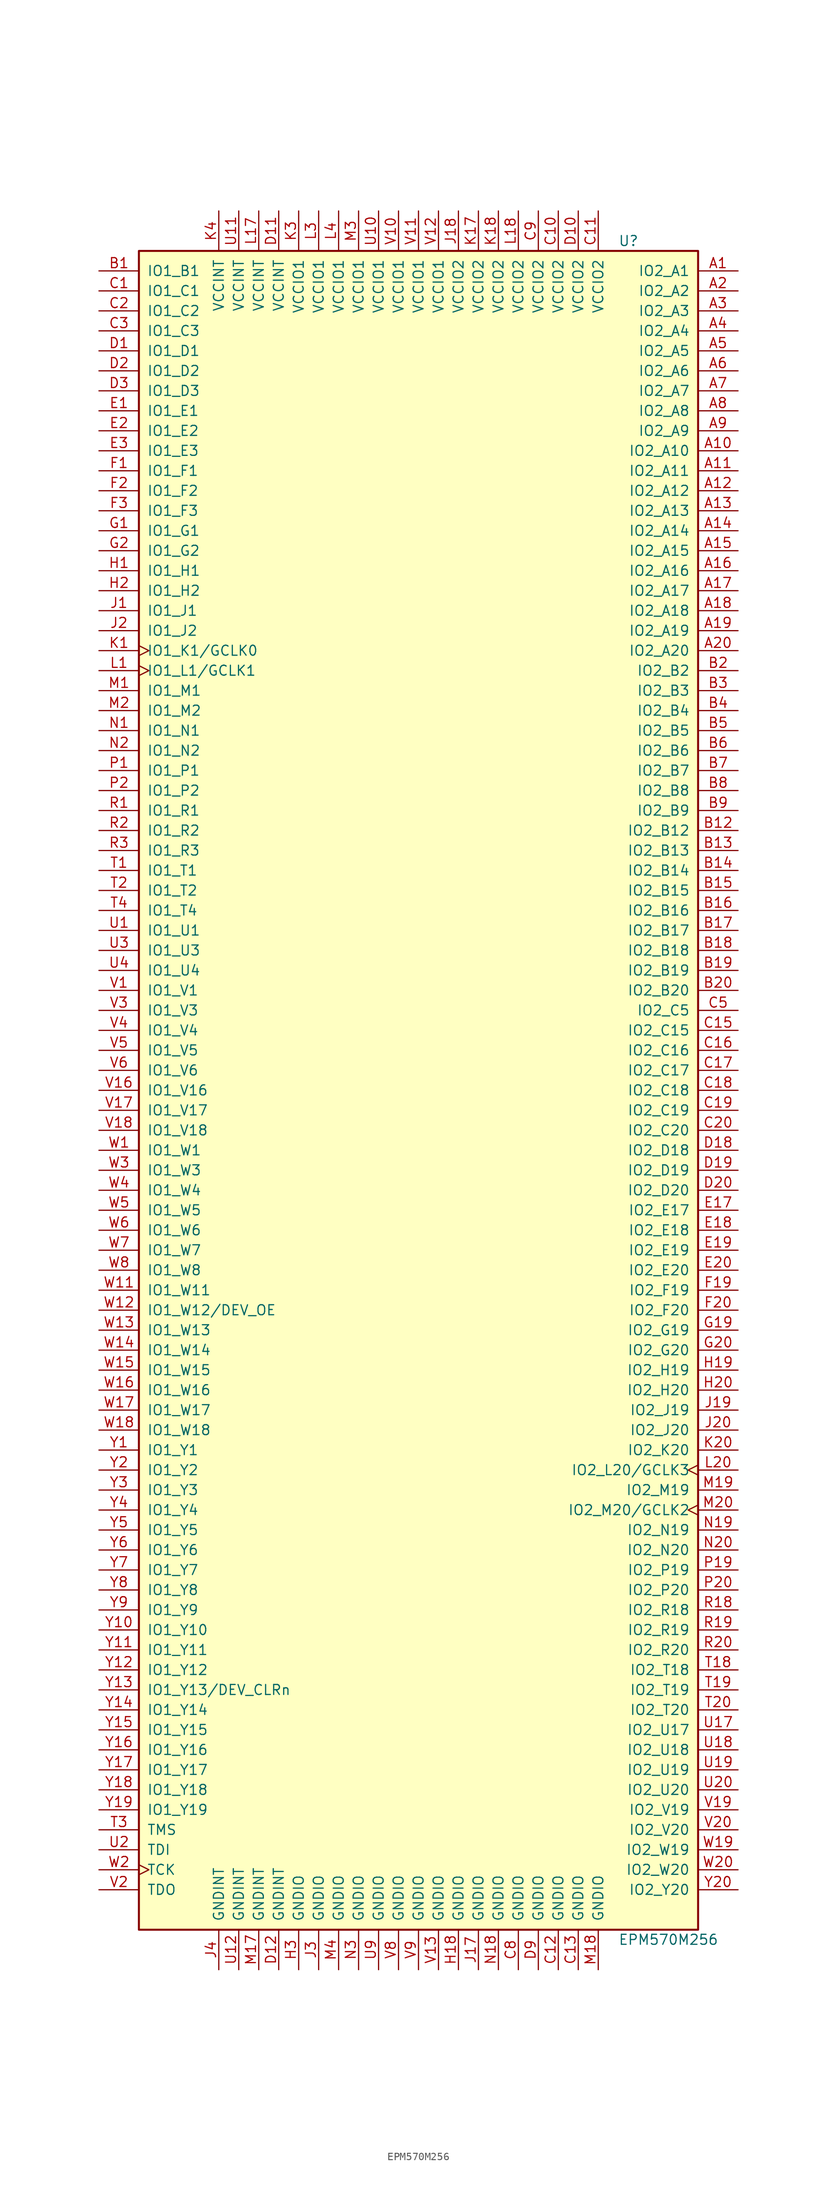
<source format=kicad_sym>
(kicad_symbol_lib
  (version 20241209)
  (generator "kicad_symbol_editor")
  (generator_version "9.0")
  (symbol "EPM570M256"
    (pin_names
      (offset 1.016))
    (property "Reference" "U"
      (at 25.4 107.95 0)
      (effects (font (size 1.27 1.27)) (justify left)))
    (property "Value" "EPM570M256"
      (at 25.4 -107.95 0)
      (effects (font (size 1.27 1.27)) (justify left)))
    (property "ki_locked" ""
      (at 0 0 0)
      (effects (font (size 1.27 1.27))))
    (symbol "EPM570M256_1_1"
      (rectangle (start -35.56 106.68) (end 35.56 -106.68) (stroke (width 0.254) (type default)) (fill (type background)))
      (pin bidirectional line (at -40.64 104.14 0) (length 5.08) (name "IO1_B1" (effects (font (size 1.27 1.27)))) (number "B1" (effects (font (size 1.27 1.27)))))
      (pin bidirectional line (at -40.64 101.6 0) (length 5.08) (name "IO1_C1" (effects (font (size 1.27 1.27)))) (number "C1" (effects (font (size 1.27 1.27)))))
      (pin bidirectional line (at -40.64 99.06 0) (length 5.08) (name "IO1_C2" (effects (font (size 1.27 1.27)))) (number "C2" (effects (font (size 1.27 1.27)))))
      (pin bidirectional line (at -40.64 96.52 0) (length 5.08) (name "IO1_C3" (effects (font (size 1.27 1.27)))) (number "C3" (effects (font (size 1.27 1.27)))))
      (pin bidirectional line (at -40.64 93.98 0) (length 5.08) (name "IO1_D1" (effects (font (size 1.27 1.27)))) (number "D1" (effects (font (size 1.27 1.27)))))
      (pin bidirectional line (at -40.64 91.44 0) (length 5.08) (name "IO1_D2" (effects (font (size 1.27 1.27)))) (number "D2" (effects (font (size 1.27 1.27)))))
      (pin bidirectional line (at -40.64 88.9 0) (length 5.08) (name "IO1_D3" (effects (font (size 1.27 1.27)))) (number "D3" (effects (font (size 1.27 1.27)))))
      (pin bidirectional line (at -40.64 86.36 0) (length 5.08) (name "IO1_E1" (effects (font (size 1.27 1.27)))) (number "E1" (effects (font (size 1.27 1.27)))))
      (pin bidirectional line (at -40.64 83.82 0) (length 5.08) (name "IO1_E2" (effects (font (size 1.27 1.27)))) (number "E2" (effects (font (size 1.27 1.27)))))
      (pin bidirectional line (at -40.64 81.28 0) (length 5.08) (name "IO1_E3" (effects (font (size 1.27 1.27)))) (number "E3" (effects (font (size 1.27 1.27)))))
      (pin bidirectional line (at -40.64 78.74 0) (length 5.08) (name "IO1_F1" (effects (font (size 1.27 1.27)))) (number "F1" (effects (font (size 1.27 1.27)))))
      (pin bidirectional line (at -40.64 76.2 0) (length 5.08) (name "IO1_F2" (effects (font (size 1.27 1.27)))) (number "F2" (effects (font (size 1.27 1.27)))))
      (pin bidirectional line (at -40.64 73.66 0) (length 5.08) (name "IO1_F3" (effects (font (size 1.27 1.27)))) (number "F3" (effects (font (size 1.27 1.27)))))
      (pin bidirectional line (at -40.64 71.12 0) (length 5.08) (name "IO1_G1" (effects (font (size 1.27 1.27)))) (number "G1" (effects (font (size 1.27 1.27)))))
      (pin bidirectional line (at -40.64 68.58 0) (length 5.08) (name "IO1_G2" (effects (font (size 1.27 1.27)))) (number "G2" (effects (font (size 1.27 1.27)))))
      (pin bidirectional line (at -40.64 66.04 0) (length 5.08) (name "IO1_H1" (effects (font (size 1.27 1.27)))) (number "H1" (effects (font (size 1.27 1.27)))))
      (pin bidirectional line (at -40.64 63.5 0) (length 5.08) (name "IO1_H2" (effects (font (size 1.27 1.27)))) (number "H2" (effects (font (size 1.27 1.27)))))
      (pin bidirectional line (at -40.64 60.96 0) (length 5.08) (name "IO1_J1" (effects (font (size 1.27 1.27)))) (number "J1" (effects (font (size 1.27 1.27)))))
      (pin bidirectional line (at -40.64 58.42 0) (length 5.08) (name "IO1_J2" (effects (font (size 1.27 1.27)))) (number "J2" (effects (font (size 1.27 1.27)))))
      (pin bidirectional clock (at -40.64 55.88 0) (length 5.08) (name "IO1_K1/GCLK0" (effects (font (size 1.27 1.27)))) (number "K1" (effects (font (size 1.27 1.27)))))
      (pin bidirectional clock (at -40.64 53.34 0) (length 5.08) (name "IO1_L1/GCLK1" (effects (font (size 1.27 1.27)))) (number "L1" (effects (font (size 1.27 1.27)))))
      (pin bidirectional line (at -40.64 50.8 0) (length 5.08) (name "IO1_M1" (effects (font (size 1.27 1.27)))) (number "M1" (effects (font (size 1.27 1.27)))))
      (pin bidirectional line (at -40.64 48.26 0) (length 5.08) (name "IO1_M2" (effects (font (size 1.27 1.27)))) (number "M2" (effects (font (size 1.27 1.27)))))
      (pin bidirectional line (at -40.64 45.72 0) (length 5.08) (name "IO1_N1" (effects (font (size 1.27 1.27)))) (number "N1" (effects (font (size 1.27 1.27)))))
      (pin bidirectional line (at -40.64 43.18 0) (length 5.08) (name "IO1_N2" (effects (font (size 1.27 1.27)))) (number "N2" (effects (font (size 1.27 1.27)))))
      (pin bidirectional line (at -40.64 40.64 0) (length 5.08) (name "IO1_P1" (effects (font (size 1.27 1.27)))) (number "P1" (effects (font (size 1.27 1.27)))))
      (pin bidirectional line (at -40.64 38.1 0) (length 5.08) (name "IO1_P2" (effects (font (size 1.27 1.27)))) (number "P2" (effects (font (size 1.27 1.27)))))
      (pin bidirectional line (at -40.64 35.56 0) (length 5.08) (name "IO1_R1" (effects (font (size 1.27 1.27)))) (number "R1" (effects (font (size 1.27 1.27)))))
      (pin bidirectional line (at -40.64 33.02 0) (length 5.08) (name "IO1_R2" (effects (font (size 1.27 1.27)))) (number "R2" (effects (font (size 1.27 1.27)))))
      (pin bidirectional line (at -40.64 30.48 0) (length 5.08) (name "IO1_R3" (effects (font (size 1.27 1.27)))) (number "R3" (effects (font (size 1.27 1.27)))))
      (pin bidirectional line (at -40.64 27.94 0) (length 5.08) (name "IO1_T1" (effects (font (size 1.27 1.27)))) (number "T1" (effects (font (size 1.27 1.27)))))
      (pin bidirectional line (at -40.64 25.4 0) (length 5.08) (name "IO1_T2" (effects (font (size 1.27 1.27)))) (number "T2" (effects (font (size 1.27 1.27)))))
      (pin bidirectional line (at -40.64 22.86 0) (length 5.08) (name "IO1_T4" (effects (font (size 1.27 1.27)))) (number "T4" (effects (font (size 1.27 1.27)))))
      (pin bidirectional line (at -40.64 20.32 0) (length 5.08) (name "IO1_U1" (effects (font (size 1.27 1.27)))) (number "U1" (effects (font (size 1.27 1.27)))))
      (pin bidirectional line (at -40.64 17.78 0) (length 5.08) (name "IO1_U3" (effects (font (size 1.27 1.27)))) (number "U3" (effects (font (size 1.27 1.27)))))
      (pin bidirectional line (at -40.64 15.24 0) (length 5.08) (name "IO1_U4" (effects (font (size 1.27 1.27)))) (number "U4" (effects (font (size 1.27 1.27)))))
      (pin bidirectional line (at -40.64 12.7 0) (length 5.08) (name "IO1_V1" (effects (font (size 1.27 1.27)))) (number "V1" (effects (font (size 1.27 1.27)))))
      (pin bidirectional line (at -40.64 10.16 0) (length 5.08) (name "IO1_V3" (effects (font (size 1.27 1.27)))) (number "V3" (effects (font (size 1.27 1.27)))))
      (pin bidirectional line (at -40.64 7.62 0) (length 5.08) (name "IO1_V4" (effects (font (size 1.27 1.27)))) (number "V4" (effects (font (size 1.27 1.27)))))
      (pin bidirectional line (at -40.64 5.08 0) (length 5.08) (name "IO1_V5" (effects (font (size 1.27 1.27)))) (number "V5" (effects (font (size 1.27 1.27)))))
      (pin bidirectional line (at -40.64 2.54 0) (length 5.08) (name "IO1_V6" (effects (font (size 1.27 1.27)))) (number "V6" (effects (font (size 1.27 1.27)))))
      (pin bidirectional line (at -40.64 0 0) (length 5.08) (name "IO1_V16" (effects (font (size 1.27 1.27)))) (number "V16" (effects (font (size 1.27 1.27)))))
      (pin bidirectional line (at -40.64 -2.54 0) (length 5.08) (name "IO1_V17" (effects (font (size 1.27 1.27)))) (number "V17" (effects (font (size 1.27 1.27)))))
      (pin bidirectional line (at -40.64 -5.08 0) (length 5.08) (name "IO1_V18" (effects (font (size 1.27 1.27)))) (number "V18" (effects (font (size 1.27 1.27)))))
      (pin bidirectional line (at -40.64 -7.62 0) (length 5.08) (name "IO1_W1" (effects (font (size 1.27 1.27)))) (number "W1" (effects (font (size 1.27 1.27)))))
      (pin bidirectional line (at -40.64 -10.16 0) (length 5.08) (name "IO1_W3" (effects (font (size 1.27 1.27)))) (number "W3" (effects (font (size 1.27 1.27)))))
      (pin bidirectional line (at -40.64 -12.7 0) (length 5.08) (name "IO1_W4" (effects (font (size 1.27 1.27)))) (number "W4" (effects (font (size 1.27 1.27)))))
      (pin bidirectional line (at -40.64 -15.24 0) (length 5.08) (name "IO1_W5" (effects (font (size 1.27 1.27)))) (number "W5" (effects (font (size 1.27 1.27)))))
      (pin bidirectional line (at -40.64 -17.78 0) (length 5.08) (name "IO1_W6" (effects (font (size 1.27 1.27)))) (number "W6" (effects (font (size 1.27 1.27)))))
      (pin bidirectional line (at -40.64 -20.32 0) (length 5.08) (name "IO1_W7" (effects (font (size 1.27 1.27)))) (number "W7" (effects (font (size 1.27 1.27)))))
      (pin bidirectional line (at -40.64 -22.86 0) (length 5.08) (name "IO1_W8" (effects (font (size 1.27 1.27)))) (number "W8" (effects (font (size 1.27 1.27)))))
      (pin bidirectional line (at -40.64 -25.4 0) (length 5.08) (name "IO1_W11" (effects (font (size 1.27 1.27)))) (number "W11" (effects (font (size 1.27 1.27)))))
      (pin bidirectional line (at -40.64 -27.94 0) (length 5.08) (name "IO1_W12/DEV_OE" (effects (font (size 1.27 1.27)))) (number "W12" (effects (font (size 1.27 1.27)))))
      (pin bidirectional line (at -40.64 -30.48 0) (length 5.08) (name "IO1_W13" (effects (font (size 1.27 1.27)))) (number "W13" (effects (font (size 1.27 1.27)))))
      (pin bidirectional line (at -40.64 -33.02 0) (length 5.08) (name "IO1_W14" (effects (font (size 1.27 1.27)))) (number "W14" (effects (font (size 1.27 1.27)))))
      (pin bidirectional line (at -40.64 -35.56 0) (length 5.08) (name "IO1_W15" (effects (font (size 1.27 1.27)))) (number "W15" (effects (font (size 1.27 1.27)))))
      (pin bidirectional line (at -40.64 -38.1 0) (length 5.08) (name "IO1_W16" (effects (font (size 1.27 1.27)))) (number "W16" (effects (font (size 1.27 1.27)))))
      (pin bidirectional line (at -40.64 -40.64 0) (length 5.08) (name "IO1_W17" (effects (font (size 1.27 1.27)))) (number "W17" (effects (font (size 1.27 1.27)))))
      (pin bidirectional line (at -40.64 -43.18 0) (length 5.08) (name "IO1_W18" (effects (font (size 1.27 1.27)))) (number "W18" (effects (font (size 1.27 1.27)))))
      (pin bidirectional line (at -40.64 -45.72 0) (length 5.08) (name "IO1_Y1" (effects (font (size 1.27 1.27)))) (number "Y1" (effects (font (size 1.27 1.27)))))
      (pin bidirectional line (at -40.64 -48.26 0) (length 5.08) (name "IO1_Y2" (effects (font (size 1.27 1.27)))) (number "Y2" (effects (font (size 1.27 1.27)))))
      (pin bidirectional line (at -40.64 -50.8 0) (length 5.08) (name "IO1_Y3" (effects (font (size 1.27 1.27)))) (number "Y3" (effects (font (size 1.27 1.27)))))
      (pin bidirectional line (at -40.64 -53.34 0) (length 5.08) (name "IO1_Y4" (effects (font (size 1.27 1.27)))) (number "Y4" (effects (font (size 1.27 1.27)))))
      (pin bidirectional line (at -40.64 -55.88 0) (length 5.08) (name "IO1_Y5" (effects (font (size 1.27 1.27)))) (number "Y5" (effects (font (size 1.27 1.27)))))
      (pin bidirectional line (at -40.64 -58.42 0) (length 5.08) (name "IO1_Y6" (effects (font (size 1.27 1.27)))) (number "Y6" (effects (font (size 1.27 1.27)))))
      (pin bidirectional line (at -40.64 -60.96 0) (length 5.08) (name "IO1_Y7" (effects (font (size 1.27 1.27)))) (number "Y7" (effects (font (size 1.27 1.27)))))
      (pin bidirectional line (at -40.64 -63.5 0) (length 5.08) (name "IO1_Y8" (effects (font (size 1.27 1.27)))) (number "Y8" (effects (font (size 1.27 1.27)))))
      (pin bidirectional line (at -40.64 -66.04 0) (length 5.08) (name "IO1_Y9" (effects (font (size 1.27 1.27)))) (number "Y9" (effects (font (size 1.27 1.27)))))
      (pin bidirectional line (at -40.64 -68.58 0) (length 5.08) (name "IO1_Y10" (effects (font (size 1.27 1.27)))) (number "Y10" (effects (font (size 1.27 1.27)))))
      (pin bidirectional line (at -40.64 -71.12 0) (length 5.08) (name "IO1_Y11" (effects (font (size 1.27 1.27)))) (number "Y11" (effects (font (size 1.27 1.27)))))
      (pin bidirectional line (at -40.64 -73.66 0) (length 5.08) (name "IO1_Y12" (effects (font (size 1.27 1.27)))) (number "Y12" (effects (font (size 1.27 1.27)))))
      (pin bidirectional line (at -40.64 -76.2 0) (length 5.08) (name "IO1_Y13/DEV_CLRn" (effects (font (size 1.27 1.27)))) (number "Y13" (effects (font (size 1.27 1.27)))))
      (pin bidirectional line (at -40.64 -78.74 0) (length 5.08) (name "IO1_Y14" (effects (font (size 1.27 1.27)))) (number "Y14" (effects (font (size 1.27 1.27)))))
      (pin bidirectional line (at -40.64 -81.28 0) (length 5.08) (name "IO1_Y15" (effects (font (size 1.27 1.27)))) (number "Y15" (effects (font (size 1.27 1.27)))))
      (pin bidirectional line (at -40.64 -83.82 0) (length 5.08) (name "IO1_Y16" (effects (font (size 1.27 1.27)))) (number "Y16" (effects (font (size 1.27 1.27)))))
      (pin bidirectional line (at -40.64 -86.36 0) (length 5.08) (name "IO1_Y17" (effects (font (size 1.27 1.27)))) (number "Y17" (effects (font (size 1.27 1.27)))))
      (pin bidirectional line (at -40.64 -88.9 0) (length 5.08) (name "IO1_Y18" (effects (font (size 1.27 1.27)))) (number "Y18" (effects (font (size 1.27 1.27)))))
      (pin bidirectional line (at -40.64 -91.44 0) (length 5.08) (name "IO1_Y19" (effects (font (size 1.27 1.27)))) (number "Y19" (effects (font (size 1.27 1.27)))))
      (pin input line (at -40.64 -93.98 0) (length 5.08) (name "TMS" (effects (font (size 1.27 1.27)))) (number "T3" (effects (font (size 1.27 1.27)))))
      (pin input line (at -40.64 -96.52 0) (length 5.08) (name "TDI" (effects (font (size 1.27 1.27)))) (number "U2" (effects (font (size 1.27 1.27)))))
      (pin input clock (at -40.64 -99.06 0) (length 5.08) (name "TCK" (effects (font (size 1.27 1.27)))) (number "W2" (effects (font (size 1.27 1.27)))))
      (pin output line (at -40.64 -101.6 0) (length 5.08) (name "TDO" (effects (font (size 1.27 1.27)))) (number "V2" (effects (font (size 1.27 1.27)))))
      (pin power_in line (at -25.4 111.76 270) (length 5.08) (name "VCCINT" (effects (font (size 1.27 1.27)))) (number "K4" (effects (font (size 1.27 1.27)))))
      (pin power_in line (at -25.4 -111.76 90) (length 5.08) (name "GNDINT" (effects (font (size 1.27 1.27)))) (number "J4" (effects (font (size 1.27 1.27)))))
      (pin power_in line (at -22.86 111.76 270) (length 5.08) (name "VCCINT" (effects (font (size 1.27 1.27)))) (number "U11" (effects (font (size 1.27 1.27)))))
      (pin power_in line (at -22.86 -111.76 90) (length 5.08) (name "GNDINT" (effects (font (size 1.27 1.27)))) (number "U12" (effects (font (size 1.27 1.27)))))
      (pin power_in line (at -20.32 111.76 270) (length 5.08) (name "VCCINT" (effects (font (size 1.27 1.27)))) (number "L17" (effects (font (size 1.27 1.27)))))
      (pin power_in line (at -20.32 -111.76 90) (length 5.08) (name "GNDINT" (effects (font (size 1.27 1.27)))) (number "M17" (effects (font (size 1.27 1.27)))))
      (pin power_in line (at -17.78 111.76 270) (length 5.08) (name "VCCINT" (effects (font (size 1.27 1.27)))) (number "D11" (effects (font (size 1.27 1.27)))))
      (pin power_in line (at -17.78 -111.76 90) (length 5.08) (name "GNDINT" (effects (font (size 1.27 1.27)))) (number "D12" (effects (font (size 1.27 1.27)))))
      (pin power_in line (at -15.24 111.76 270) (length 5.08) (name "VCCIO1" (effects (font (size 1.27 1.27)))) (number "K3" (effects (font (size 1.27 1.27)))))
      (pin power_in line (at -15.24 -111.76 90) (length 5.08) (name "GNDIO" (effects (font (size 1.27 1.27)))) (number "H3" (effects (font (size 1.27 1.27)))))
      (pin power_in line (at -12.7 111.76 270) (length 5.08) (name "VCCIO1" (effects (font (size 1.27 1.27)))) (number "L3" (effects (font (size 1.27 1.27)))))
      (pin power_in line (at -12.7 -111.76 90) (length 5.08) (name "GNDIO" (effects (font (size 1.27 1.27)))) (number "J3" (effects (font (size 1.27 1.27)))))
      (pin power_in line (at -10.16 111.76 270) (length 5.08) (name "VCCIO1" (effects (font (size 1.27 1.27)))) (number "L4" (effects (font (size 1.27 1.27)))))
      (pin power_in line (at -10.16 -111.76 90) (length 5.08) (name "GNDIO" (effects (font (size 1.27 1.27)))) (number "M4" (effects (font (size 1.27 1.27)))))
      (pin power_in line (at -7.62 111.76 270) (length 5.08) (name "VCCIO1" (effects (font (size 1.27 1.27)))) (number "M3" (effects (font (size 1.27 1.27)))))
      (pin power_in line (at -7.62 -111.76 90) (length 5.08) (name "GNDIO" (effects (font (size 1.27 1.27)))) (number "N3" (effects (font (size 1.27 1.27)))))
      (pin power_in line (at -5.08 111.76 270) (length 5.08) (name "VCCIO1" (effects (font (size 1.27 1.27)))) (number "U10" (effects (font (size 1.27 1.27)))))
      (pin power_in line (at -5.08 -111.76 90) (length 5.08) (name "GNDIO" (effects (font (size 1.27 1.27)))) (number "U9" (effects (font (size 1.27 1.27)))))
      (pin power_in line (at -2.54 111.76 270) (length 5.08) (name "VCCIO1" (effects (font (size 1.27 1.27)))) (number "V10" (effects (font (size 1.27 1.27)))))
      (pin power_in line (at -2.54 -111.76 90) (length 5.08) (name "GNDIO" (effects (font (size 1.27 1.27)))) (number "V8" (effects (font (size 1.27 1.27)))))
      (pin power_in line (at 0 111.76 270) (length 5.08) (name "VCCIO1" (effects (font (size 1.27 1.27)))) (number "V11" (effects (font (size 1.27 1.27)))))
      (pin power_in line (at 0 -111.76 90) (length 5.08) (name "GNDIO" (effects (font (size 1.27 1.27)))) (number "V9" (effects (font (size 1.27 1.27)))))
      (pin power_in line (at 2.54 111.76 270) (length 5.08) (name "VCCIO1" (effects (font (size 1.27 1.27)))) (number "V12" (effects (font (size 1.27 1.27)))))
      (pin power_in line (at 2.54 -111.76 90) (length 5.08) (name "GNDIO" (effects (font (size 1.27 1.27)))) (number "V13" (effects (font (size 1.27 1.27)))))
      (pin power_in line (at 5.08 111.76 270) (length 5.08) (name "VCCIO2" (effects (font (size 1.27 1.27)))) (number "J18" (effects (font (size 1.27 1.27)))))
      (pin power_in line (at 5.08 -111.76 90) (length 5.08) (name "GNDIO" (effects (font (size 1.27 1.27)))) (number "H18" (effects (font (size 1.27 1.27)))))
      (pin power_in line (at 7.62 111.76 270) (length 5.08) (name "VCCIO2" (effects (font (size 1.27 1.27)))) (number "K17" (effects (font (size 1.27 1.27)))))
      (pin power_in line (at 7.62 -111.76 90) (length 5.08) (name "GNDIO" (effects (font (size 1.27 1.27)))) (number "J17" (effects (font (size 1.27 1.27)))))
      (pin power_in line (at 10.16 111.76 270) (length 5.08) (name "VCCIO2" (effects (font (size 1.27 1.27)))) (number "K18" (effects (font (size 1.27 1.27)))))
      (pin power_in line (at 10.16 -111.76 90) (length 5.08) (name "GNDIO" (effects (font (size 1.27 1.27)))) (number "N18" (effects (font (size 1.27 1.27)))))
      (pin power_in line (at 12.7 111.76 270) (length 5.08) (name "VCCIO2" (effects (font (size 1.27 1.27)))) (number "L18" (effects (font (size 1.27 1.27)))))
      (pin power_in line (at 12.7 -111.76 90) (length 5.08) (name "GNDIO" (effects (font (size 1.27 1.27)))) (number "C8" (effects (font (size 1.27 1.27)))))
      (pin power_in line (at 15.24 111.76 270) (length 5.08) (name "VCCIO2" (effects (font (size 1.27 1.27)))) (number "C9" (effects (font (size 1.27 1.27)))))
      (pin power_in line (at 15.24 -111.76 90) (length 5.08) (name "GNDIO" (effects (font (size 1.27 1.27)))) (number "D9" (effects (font (size 1.27 1.27)))))
      (pin power_in line (at 17.78 111.76 270) (length 5.08) (name "VCCIO2" (effects (font (size 1.27 1.27)))) (number "C10" (effects (font (size 1.27 1.27)))))
      (pin power_in line (at 17.78 -111.76 90) (length 5.08) (name "GNDIO" (effects (font (size 1.27 1.27)))) (number "C12" (effects (font (size 1.27 1.27)))))
      (pin power_in line (at 20.32 111.76 270) (length 5.08) (name "VCCIO2" (effects (font (size 1.27 1.27)))) (number "D10" (effects (font (size 1.27 1.27)))))
      (pin power_in line (at 20.32 -111.76 90) (length 5.08) (name "GNDIO" (effects (font (size 1.27 1.27)))) (number "C13" (effects (font (size 1.27 1.27)))))
      (pin power_in line (at 22.86 111.76 270) (length 5.08) (name "VCCIO2" (effects (font (size 1.27 1.27)))) (number "C11" (effects (font (size 1.27 1.27)))))
      (pin power_in line (at 22.86 -111.76 90) (length 5.08) (name "GNDIO" (effects (font (size 1.27 1.27)))) (number "M18" (effects (font (size 1.27 1.27)))))
      (pin bidirectional line (at 40.64 104.14 180) (length 5.08) (name "IO2_A1" (effects (font (size 1.27 1.27)))) (number "A1" (effects (font (size 1.27 1.27)))))
      (pin bidirectional line (at 40.64 101.6 180) (length 5.08) (name "IO2_A2" (effects (font (size 1.27 1.27)))) (number "A2" (effects (font (size 1.27 1.27)))))
      (pin bidirectional line (at 40.64 99.06 180) (length 5.08) (name "IO2_A3" (effects (font (size 1.27 1.27)))) (number "A3" (effects (font (size 1.27 1.27)))))
      (pin bidirectional line (at 40.64 96.52 180) (length 5.08) (name "IO2_A4" (effects (font (size 1.27 1.27)))) (number "A4" (effects (font (size 1.27 1.27)))))
      (pin bidirectional line (at 40.64 93.98 180) (length 5.08) (name "IO2_A5" (effects (font (size 1.27 1.27)))) (number "A5" (effects (font (size 1.27 1.27)))))
      (pin bidirectional line (at 40.64 91.44 180) (length 5.08) (name "IO2_A6" (effects (font (size 1.27 1.27)))) (number "A6" (effects (font (size 1.27 1.27)))))
      (pin bidirectional line (at 40.64 88.9 180) (length 5.08) (name "IO2_A7" (effects (font (size 1.27 1.27)))) (number "A7" (effects (font (size 1.27 1.27)))))
      (pin bidirectional line (at 40.64 86.36 180) (length 5.08) (name "IO2_A8" (effects (font (size 1.27 1.27)))) (number "A8" (effects (font (size 1.27 1.27)))))
      (pin bidirectional line (at 40.64 83.82 180) (length 5.08) (name "IO2_A9" (effects (font (size 1.27 1.27)))) (number "A9" (effects (font (size 1.27 1.27)))))
      (pin bidirectional line (at 40.64 81.28 180) (length 5.08) (name "IO2_A10" (effects (font (size 1.27 1.27)))) (number "A10" (effects (font (size 1.27 1.27)))))
      (pin bidirectional line (at 40.64 78.74 180) (length 5.08) (name "IO2_A11" (effects (font (size 1.27 1.27)))) (number "A11" (effects (font (size 1.27 1.27)))))
      (pin bidirectional line (at 40.64 76.2 180) (length 5.08) (name "IO2_A12" (effects (font (size 1.27 1.27)))) (number "A12" (effects (font (size 1.27 1.27)))))
      (pin bidirectional line (at 40.64 73.66 180) (length 5.08) (name "IO2_A13" (effects (font (size 1.27 1.27)))) (number "A13" (effects (font (size 1.27 1.27)))))
      (pin bidirectional line (at 40.64 71.12 180) (length 5.08) (name "IO2_A14" (effects (font (size 1.27 1.27)))) (number "A14" (effects (font (size 1.27 1.27)))))
      (pin bidirectional line (at 40.64 68.58 180) (length 5.08) (name "IO2_A15" (effects (font (size 1.27 1.27)))) (number "A15" (effects (font (size 1.27 1.27)))))
      (pin bidirectional line (at 40.64 66.04 180) (length 5.08) (name "IO2_A16" (effects (font (size 1.27 1.27)))) (number "A16" (effects (font (size 1.27 1.27)))))
      (pin bidirectional line (at 40.64 63.5 180) (length 5.08) (name "IO2_A17" (effects (font (size 1.27 1.27)))) (number "A17" (effects (font (size 1.27 1.27)))))
      (pin bidirectional line (at 40.64 60.96 180) (length 5.08) (name "IO2_A18" (effects (font (size 1.27 1.27)))) (number "A18" (effects (font (size 1.27 1.27)))))
      (pin bidirectional line (at 40.64 58.42 180) (length 5.08) (name "IO2_A19" (effects (font (size 1.27 1.27)))) (number "A19" (effects (font (size 1.27 1.27)))))
      (pin bidirectional line (at 40.64 55.88 180) (length 5.08) (name "IO2_A20" (effects (font (size 1.27 1.27)))) (number "A20" (effects (font (size 1.27 1.27)))))
      (pin bidirectional line (at 40.64 53.34 180) (length 5.08) (name "IO2_B2" (effects (font (size 1.27 1.27)))) (number "B2" (effects (font (size 1.27 1.27)))))
      (pin bidirectional line (at 40.64 50.8 180) (length 5.08) (name "IO2_B3" (effects (font (size 1.27 1.27)))) (number "B3" (effects (font (size 1.27 1.27)))))
      (pin bidirectional line (at 40.64 48.26 180) (length 5.08) (name "IO2_B4" (effects (font (size 1.27 1.27)))) (number "B4" (effects (font (size 1.27 1.27)))))
      (pin bidirectional line (at 40.64 45.72 180) (length 5.08) (name "IO2_B5" (effects (font (size 1.27 1.27)))) (number "B5" (effects (font (size 1.27 1.27)))))
      (pin bidirectional line (at 40.64 43.18 180) (length 5.08) (name "IO2_B6" (effects (font (size 1.27 1.27)))) (number "B6" (effects (font (size 1.27 1.27)))))
      (pin bidirectional line (at 40.64 40.64 180) (length 5.08) (name "IO2_B7" (effects (font (size 1.27 1.27)))) (number "B7" (effects (font (size 1.27 1.27)))))
      (pin bidirectional line (at 40.64 38.1 180) (length 5.08) (name "IO2_B8" (effects (font (size 1.27 1.27)))) (number "B8" (effects (font (size 1.27 1.27)))))
      (pin bidirectional line (at 40.64 35.56 180) (length 5.08) (name "IO2_B9" (effects (font (size 1.27 1.27)))) (number "B9" (effects (font (size 1.27 1.27)))))
      (pin bidirectional line (at 40.64 33.02 180) (length 5.08) (name "IO2_B12" (effects (font (size 1.27 1.27)))) (number "B12" (effects (font (size 1.27 1.27)))))
      (pin bidirectional line (at 40.64 30.48 180) (length 5.08) (name "IO2_B13" (effects (font (size 1.27 1.27)))) (number "B13" (effects (font (size 1.27 1.27)))))
      (pin bidirectional line (at 40.64 27.94 180) (length 5.08) (name "IO2_B14" (effects (font (size 1.27 1.27)))) (number "B14" (effects (font (size 1.27 1.27)))))
      (pin bidirectional line (at 40.64 25.4 180) (length 5.08) (name "IO2_B15" (effects (font (size 1.27 1.27)))) (number "B15" (effects (font (size 1.27 1.27)))))
      (pin bidirectional line (at 40.64 22.86 180) (length 5.08) (name "IO2_B16" (effects (font (size 1.27 1.27)))) (number "B16" (effects (font (size 1.27 1.27)))))
      (pin bidirectional line (at 40.64 20.32 180) (length 5.08) (name "IO2_B17" (effects (font (size 1.27 1.27)))) (number "B17" (effects (font (size 1.27 1.27)))))
      (pin bidirectional line (at 40.64 17.78 180) (length 5.08) (name "IO2_B18" (effects (font (size 1.27 1.27)))) (number "B18" (effects (font (size 1.27 1.27)))))
      (pin bidirectional line (at 40.64 15.24 180) (length 5.08) (name "IO2_B19" (effects (font (size 1.27 1.27)))) (number "B19" (effects (font (size 1.27 1.27)))))
      (pin bidirectional line (at 40.64 12.7 180) (length 5.08) (name "IO2_B20" (effects (font (size 1.27 1.27)))) (number "B20" (effects (font (size 1.27 1.27)))))
      (pin bidirectional line (at 40.64 10.16 180) (length 5.08) (name "IO2_C5" (effects (font (size 1.27 1.27)))) (number "C5" (effects (font (size 1.27 1.27)))))
      (pin bidirectional line (at 40.64 7.62 180) (length 5.08) (name "IO2_C15" (effects (font (size 1.27 1.27)))) (number "C15" (effects (font (size 1.27 1.27)))))
      (pin bidirectional line (at 40.64 5.08 180) (length 5.08) (name "IO2_C16" (effects (font (size 1.27 1.27)))) (number "C16" (effects (font (size 1.27 1.27)))))
      (pin bidirectional line (at 40.64 2.54 180) (length 5.08) (name "IO2_C17" (effects (font (size 1.27 1.27)))) (number "C17" (effects (font (size 1.27 1.27)))))
      (pin bidirectional line (at 40.64 0 180) (length 5.08) (name "IO2_C18" (effects (font (size 1.27 1.27)))) (number "C18" (effects (font (size 1.27 1.27)))))
      (pin bidirectional line (at 40.64 -2.54 180) (length 5.08) (name "IO2_C19" (effects (font (size 1.27 1.27)))) (number "C19" (effects (font (size 1.27 1.27)))))
      (pin bidirectional line (at 40.64 -5.08 180) (length 5.08) (name "IO2_C20" (effects (font (size 1.27 1.27)))) (number "C20" (effects (font (size 1.27 1.27)))))
      (pin bidirectional line (at 40.64 -7.62 180) (length 5.08) (name "IO2_D18" (effects (font (size 1.27 1.27)))) (number "D18" (effects (font (size 1.27 1.27)))))
      (pin bidirectional line (at 40.64 -10.16 180) (length 5.08) (name "IO2_D19" (effects (font (size 1.27 1.27)))) (number "D19" (effects (font (size 1.27 1.27)))))
      (pin bidirectional line (at 40.64 -12.7 180) (length 5.08) (name "IO2_D20" (effects (font (size 1.27 1.27)))) (number "D20" (effects (font (size 1.27 1.27)))))
      (pin bidirectional line (at 40.64 -15.24 180) (length 5.08) (name "IO2_E17" (effects (font (size 1.27 1.27)))) (number "E17" (effects (font (size 1.27 1.27)))))
      (pin bidirectional line (at 40.64 -17.78 180) (length 5.08) (name "IO2_E18" (effects (font (size 1.27 1.27)))) (number "E18" (effects (font (size 1.27 1.27)))))
      (pin bidirectional line (at 40.64 -20.32 180) (length 5.08) (name "IO2_E19" (effects (font (size 1.27 1.27)))) (number "E19" (effects (font (size 1.27 1.27)))))
      (pin bidirectional line (at 40.64 -22.86 180) (length 5.08) (name "IO2_E20" (effects (font (size 1.27 1.27)))) (number "E20" (effects (font (size 1.27 1.27)))))
      (pin bidirectional line (at 40.64 -25.4 180) (length 5.08) (name "IO2_F19" (effects (font (size 1.27 1.27)))) (number "F19" (effects (font (size 1.27 1.27)))))
      (pin bidirectional line (at 40.64 -27.94 180) (length 5.08) (name "IO2_F20" (effects (font (size 1.27 1.27)))) (number "F20" (effects (font (size 1.27 1.27)))))
      (pin bidirectional line (at 40.64 -30.48 180) (length 5.08) (name "IO2_G19" (effects (font (size 1.27 1.27)))) (number "G19" (effects (font (size 1.27 1.27)))))
      (pin bidirectional line (at 40.64 -33.02 180) (length 5.08) (name "IO2_G20" (effects (font (size 1.27 1.27)))) (number "G20" (effects (font (size 1.27 1.27)))))
      (pin bidirectional line (at 40.64 -35.56 180) (length 5.08) (name "IO2_H19" (effects (font (size 1.27 1.27)))) (number "H19" (effects (font (size 1.27 1.27)))))
      (pin bidirectional line (at 40.64 -38.1 180) (length 5.08) (name "IO2_H20" (effects (font (size 1.27 1.27)))) (number "H20" (effects (font (size 1.27 1.27)))))
      (pin bidirectional line (at 40.64 -40.64 180) (length 5.08) (name "IO2_J19" (effects (font (size 1.27 1.27)))) (number "J19" (effects (font (size 1.27 1.27)))))
      (pin bidirectional line (at 40.64 -43.18 180) (length 5.08) (name "IO2_J20" (effects (font (size 1.27 1.27)))) (number "J20" (effects (font (size 1.27 1.27)))))
      (pin bidirectional line (at 40.64 -45.72 180) (length 5.08) (name "IO2_K20" (effects (font (size 1.27 1.27)))) (number "K20" (effects (font (size 1.27 1.27)))))
      (pin bidirectional clock (at 40.64 -48.26 180) (length 5.08) (name "IO2_L20/GCLK3" (effects (font (size 1.27 1.27)))) (number "L20" (effects (font (size 1.27 1.27)))))
      (pin bidirectional line (at 40.64 -50.8 180) (length 5.08) (name "IO2_M19" (effects (font (size 1.27 1.27)))) (number "M19" (effects (font (size 1.27 1.27)))))
      (pin bidirectional clock (at 40.64 -53.34 180) (length 5.08) (name "IO2_M20/GCLK2" (effects (font (size 1.27 1.27)))) (number "M20" (effects (font (size 1.27 1.27)))))
      (pin bidirectional line (at 40.64 -55.88 180) (length 5.08) (name "IO2_N19" (effects (font (size 1.27 1.27)))) (number "N19" (effects (font (size 1.27 1.27)))))
      (pin bidirectional line (at 40.64 -58.42 180) (length 5.08) (name "IO2_N20" (effects (font (size 1.27 1.27)))) (number "N20" (effects (font (size 1.27 1.27)))))
      (pin bidirectional line (at 40.64 -60.96 180) (length 5.08) (name "IO2_P19" (effects (font (size 1.27 1.27)))) (number "P19" (effects (font (size 1.27 1.27)))))
      (pin bidirectional line (at 40.64 -63.5 180) (length 5.08) (name "IO2_P20" (effects (font (size 1.27 1.27)))) (number "P20" (effects (font (size 1.27 1.27)))))
      (pin bidirectional line (at 40.64 -66.04 180) (length 5.08) (name "IO2_R18" (effects (font (size 1.27 1.27)))) (number "R18" (effects (font (size 1.27 1.27)))))
      (pin bidirectional line (at 40.64 -68.58 180) (length 5.08) (name "IO2_R19" (effects (font (size 1.27 1.27)))) (number "R19" (effects (font (size 1.27 1.27)))))
      (pin bidirectional line (at 40.64 -71.12 180) (length 5.08) (name "IO2_R20" (effects (font (size 1.27 1.27)))) (number "R20" (effects (font (size 1.27 1.27)))))
      (pin bidirectional line (at 40.64 -73.66 180) (length 5.08) (name "IO2_T18" (effects (font (size 1.27 1.27)))) (number "T18" (effects (font (size 1.27 1.27)))))
      (pin bidirectional line (at 40.64 -76.2 180) (length 5.08) (name "IO2_T19" (effects (font (size 1.27 1.27)))) (number "T19" (effects (font (size 1.27 1.27)))))
      (pin bidirectional line (at 40.64 -78.74 180) (length 5.08) (name "IO2_T20" (effects (font (size 1.27 1.27)))) (number "T20" (effects (font (size 1.27 1.27)))))
      (pin bidirectional line (at 40.64 -81.28 180) (length 5.08) (name "IO2_U17" (effects (font (size 1.27 1.27)))) (number "U17" (effects (font (size 1.27 1.27)))))
      (pin bidirectional line (at 40.64 -83.82 180) (length 5.08) (name "IO2_U18" (effects (font (size 1.27 1.27)))) (number "U18" (effects (font (size 1.27 1.27)))))
      (pin bidirectional line (at 40.64 -86.36 180) (length 5.08) (name "IO2_U19" (effects (font (size 1.27 1.27)))) (number "U19" (effects (font (size 1.27 1.27)))))
      (pin bidirectional line (at 40.64 -88.9 180) (length 5.08) (name "IO2_U20" (effects (font (size 1.27 1.27)))) (number "U20" (effects (font (size 1.27 1.27)))))
      (pin bidirectional line (at 40.64 -91.44 180) (length 5.08) (name "IO2_V19" (effects (font (size 1.27 1.27)))) (number "V19" (effects (font (size 1.27 1.27)))))
      (pin bidirectional line (at 40.64 -93.98 180) (length 5.08) (name "IO2_V20" (effects (font (size 1.27 1.27)))) (number "V20" (effects (font (size 1.27 1.27)))))
      (pin bidirectional line (at 40.64 -96.52 180) (length 5.08) (name "IO2_W19" (effects (font (size 1.27 1.27)))) (number "W19" (effects (font (size 1.27 1.27)))))
      (pin bidirectional line (at 40.64 -99.06 180) (length 5.08) (name "IO2_W20" (effects (font (size 1.27 1.27)))) (number "W20" (effects (font (size 1.27 1.27)))))
      (pin bidirectional line (at 40.64 -101.6 180) (length 5.08) (name "IO2_Y20" (effects (font (size 1.27 1.27)))) (number "Y20" (effects (font (size 1.27 1.27))))))))
</source>
